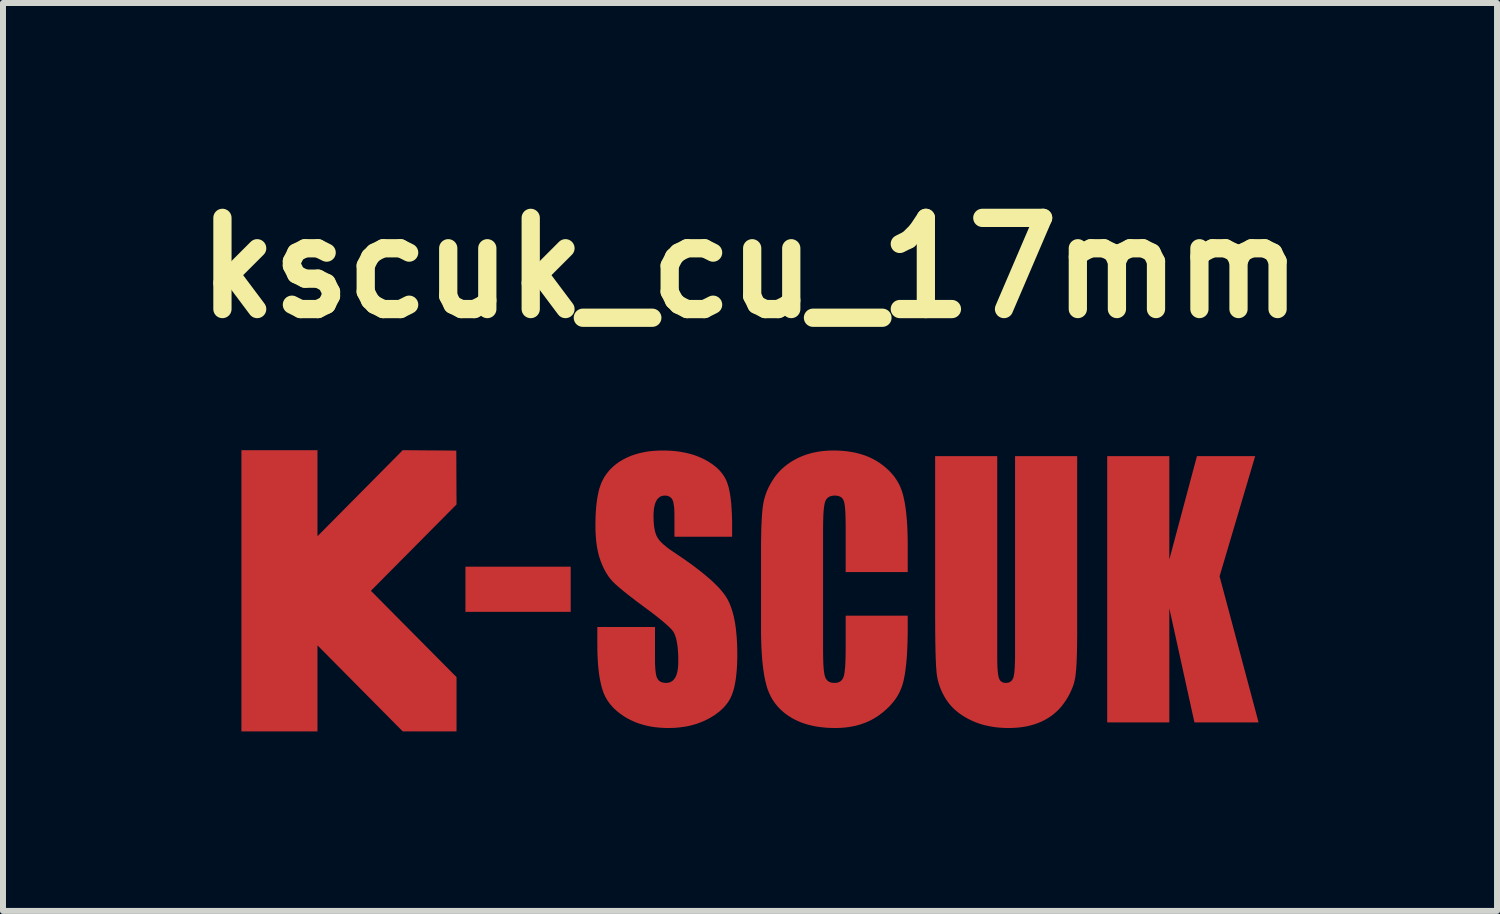
<source format=kicad_pcb>
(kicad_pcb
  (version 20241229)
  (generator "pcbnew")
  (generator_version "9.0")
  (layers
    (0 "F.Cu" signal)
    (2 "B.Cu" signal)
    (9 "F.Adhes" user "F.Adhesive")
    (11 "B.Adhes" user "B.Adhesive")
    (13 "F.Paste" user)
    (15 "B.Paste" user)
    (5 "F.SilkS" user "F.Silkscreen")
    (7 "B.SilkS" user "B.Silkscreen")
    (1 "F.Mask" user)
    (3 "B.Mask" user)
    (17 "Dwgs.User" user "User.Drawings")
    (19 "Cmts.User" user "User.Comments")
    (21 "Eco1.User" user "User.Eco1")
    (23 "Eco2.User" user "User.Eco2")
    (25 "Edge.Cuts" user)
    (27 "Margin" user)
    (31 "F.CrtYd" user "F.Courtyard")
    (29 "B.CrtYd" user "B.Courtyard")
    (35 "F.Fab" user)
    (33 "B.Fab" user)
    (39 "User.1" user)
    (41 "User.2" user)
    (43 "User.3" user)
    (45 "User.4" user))
  (footprint "kscuk_cu_17mm"
    (layer "F.Cu")
    (at 9.485 6.824)
    (property "Reference" "kscuk_cu_17mm" (at 0 -5.398 0) (layer "F.SilkS") (effects (font (size 1.524 1.524) (thickness 0.305))))
    (attr smd)
    (fp_poly (pts (xy -4.756 -0.403) (xy -2.997 -0.403) (xy -2.997 0.352) (xy -4.756 0.352) (xy -4.756 -0.403)) (stroke (width 0) (type solid)) (fill yes) (layer "F.Cu"))
    (fp_poly (pts (xy 7.428 2.2) (xy 7.008 0.292) (xy 7.008 2.2) (xy 5.97 2.2) (xy 5.97 -2.251) (xy 7.008 -2.251) (xy 7.008 -0.522) (xy 7.47 -2.251) (xy 8.443 -2.251) (xy 7.848 -0.242) (xy 8.5 2.2) (xy 7.428 2.2)) (stroke (width 0) (type solid)) (fill yes) (layer "F.Cu"))
    (fp_poly (pts (xy -8.5 -2.35) (xy -8.5 -1.497) (xy -8.5 1.497) (xy -8.5 2.35) (xy -7.229 2.35) (xy -7.229 1.497) (xy -7.229 0.912) (xy -5.804 2.35) (xy -4.905 2.35) (xy -4.905 1.443) (xy -6.336 -0.000043) (xy -4.905 -1.443) (xy -4.909 -2.343) (xy -5.804 -2.35) (xy -7.229 -0.912) (xy -7.229 -1.497) (xy -7.229 -2.35) (xy -8.5 -2.35)) (stroke (width 0) (type solid)) (fill yes) (layer "F.Cu"))
    (fp_poly (pts (xy 5.468 -2.251) (xy 5.468 0.723) (xy 5.468 0.762) (xy 5.467 0.799) (xy 5.467 0.836) (xy 5.467 0.872) (xy 5.466 0.907) (xy 5.466 0.941) (xy 5.465 0.974) (xy 5.465 1.006) (xy 5.464 1.038) (xy 5.463 1.068) (xy 5.462 1.098) (xy 5.461 1.126) (xy 5.46 1.154) (xy 5.459 1.181) (xy 5.458 1.207) (xy 5.456 1.232) (xy 5.455 1.256) (xy 5.453 1.28) (xy 5.452 1.302) (xy 5.45 1.324) (xy 5.448 1.344) (xy 5.446 1.364) (xy 5.444 1.383) (xy 5.442 1.401) (xy 5.44 1.418) (xy 5.438 1.434) (xy 5.434 1.458) (xy 5.429 1.482) (xy 5.424 1.507) (xy 5.418 1.531) (xy 5.411 1.555) (xy 5.403 1.58) (xy 5.394 1.605) (xy 5.384 1.629) (xy 5.374 1.654) (xy 5.363 1.679) (xy 5.351 1.704) (xy 5.339 1.729) (xy 5.325 1.754) (xy 5.311 1.779) (xy 5.296 1.804) (xy 5.28 1.829) (xy 5.263 1.855) (xy 5.247 1.877) (xy 5.231 1.899) (xy 5.215 1.92) (xy 5.198 1.941) (xy 5.18 1.961) (xy 5.162 1.981) (xy 5.143 2) (xy 5.124 2.018) (xy 5.104 2.036) (xy 5.084 2.053) (xy 5.064 2.07) (xy 5.042 2.086) (xy 5.021 2.101) (xy 4.998 2.116) (xy 4.976 2.13) (xy 4.953 2.144) (xy 4.929 2.157) (xy 4.904 2.17) (xy 4.88 2.182) (xy 4.857 2.192) (xy 4.834 2.202) (xy 4.81 2.211) (xy 4.786 2.22) (xy 4.762 2.229) (xy 4.737 2.236) (xy 4.712 2.244) (xy 4.686 2.25) (xy 4.66 2.257) (xy 4.634 2.263) (xy 4.607 2.268) (xy 4.58 2.273) (xy 4.553 2.277) (xy 4.525 2.281) (xy 4.497 2.284) (xy 4.468 2.287) (xy 4.439 2.289) (xy 4.41 2.291) (xy 4.38 2.292) (xy 4.35 2.293) (xy 4.319 2.293) (xy 4.29 2.293) (xy 4.26 2.292) (xy 4.231 2.291) (xy 4.202 2.289) (xy 4.174 2.287) (xy 4.146 2.285) (xy 4.118 2.282) (xy 4.09 2.278) (xy 4.063 2.275) (xy 4.036 2.27) (xy 4.009 2.265) (xy 3.983 2.26) (xy 3.957 2.254) (xy 3.931 2.248) (xy 3.905 2.242) (xy 3.88 2.235) (xy 3.855 2.227) (xy 3.83 2.219) (xy 3.806 2.21) (xy 3.782 2.202) (xy 3.758 2.192) (xy 3.734 2.182) (xy 3.711 2.172) (xy 3.688 2.161) (xy 3.661 2.148) (xy 3.635 2.134) (xy 3.609 2.12) (xy 3.584 2.105) (xy 3.56 2.09) (xy 3.536 2.075) (xy 3.514 2.059) (xy 3.491 2.043) (xy 3.47 2.026) (xy 3.449 2.009) (xy 3.429 1.992) (xy 3.41 1.974) (xy 3.391 1.956) (xy 3.373 1.937) (xy 3.355 1.918) (xy 3.339 1.899) (xy 3.323 1.879) (xy 3.308 1.859) (xy 3.293 1.839) (xy 3.279 1.818) (xy 3.264 1.794) (xy 3.25 1.77) (xy 3.237 1.746) (xy 3.224 1.722) (xy 3.212 1.698) (xy 3.201 1.674) (xy 3.19 1.649) (xy 3.181 1.625) (xy 3.171 1.6) (xy 3.163 1.575) (xy 3.155 1.55) (xy 3.148 1.525) (xy 3.141 1.5) (xy 3.135 1.474) (xy 3.13 1.449) (xy 3.126 1.423) (xy 3.122 1.397) (xy 3.119 1.371) (xy 3.118 1.357) (xy 3.116 1.343) (xy 3.115 1.328) (xy 3.114 1.312) (xy 3.113 1.296) (xy 3.111 1.278) (xy 3.11 1.26) (xy 3.109 1.241) (xy 3.108 1.221) (xy 3.107 1.2) (xy 3.106 1.179) (xy 3.105 1.157) (xy 3.104 1.134) (xy 3.103 1.11) (xy 3.103 1.085) (xy 3.102 1.06) (xy 3.101 1.033) (xy 3.1 1.006) (xy 3.1 0.978) (xy 3.099 0.95) (xy 3.099 0.92) (xy 3.098 0.89) (xy 3.097 0.859) (xy 3.097 0.827) (xy 3.097 0.794) (xy 3.096 0.761) (xy 3.096 0.727) (xy 3.095 0.692) (xy 3.095 0.656) (xy 3.095 0.619) (xy 3.095 0.582) (xy 3.095 0.543) (xy 3.094 0.504) (xy 3.094 0.465) (xy 3.094 0.424) (xy 3.094 0.382) (xy 3.094 -2.251) (xy 4.132 -2.251) (xy 4.132 1.086) (xy 4.132 1.127) (xy 4.132 1.165) (xy 4.133 1.202) (xy 4.134 1.236) (xy 4.135 1.268) (xy 4.137 1.298) (xy 4.139 1.325) (xy 4.141 1.351) (xy 4.143 1.374) (xy 4.146 1.395) (xy 4.149 1.414) (xy 4.153 1.431) (xy 4.156 1.446) (xy 4.16 1.459) (xy 4.171 1.484) (xy 4.185 1.504) (xy 4.203 1.52) (xy 4.224 1.531) (xy 4.248 1.538) (xy 4.275 1.54) (xy 4.301 1.538) (xy 4.325 1.533) (xy 4.346 1.523) (xy 4.364 1.511) (xy 4.38 1.494) (xy 4.392 1.474) (xy 4.402 1.451) (xy 4.405 1.438) (xy 4.408 1.424) (xy 4.411 1.409) (xy 4.414 1.391) (xy 4.417 1.371) (xy 4.419 1.349) (xy 4.421 1.326) (xy 4.423 1.3) (xy 4.425 1.273) (xy 4.426 1.244) (xy 4.427 1.213) (xy 4.428 1.18) (xy 4.429 1.145) (xy 4.43 1.108) (xy 4.43 1.069) (xy 4.43 1.029) (xy 4.43 -2.251) (xy 5.468 -2.251)) (stroke (width 0) (type solid)) (fill yes) (layer "F.Cu"))
    (fp_poly (pts (xy 2.636 -0.313) (xy 1.599 -0.313) (xy 1.599 -1.086) (xy 1.598 -1.128) (xy 1.598 -1.167) (xy 1.597 -1.204) (xy 1.596 -1.239) (xy 1.595 -1.273) (xy 1.594 -1.304) (xy 1.592 -1.333) (xy 1.59 -1.36) (xy 1.588 -1.386) (xy 1.586 -1.409) (xy 1.583 -1.431) (xy 1.58 -1.45) (xy 1.577 -1.467) (xy 1.573 -1.483) (xy 1.569 -1.496) (xy 1.565 -1.507) (xy 1.554 -1.53) (xy 1.54 -1.549) (xy 1.522 -1.564) (xy 1.501 -1.576) (xy 1.477 -1.584) (xy 1.449 -1.59) (xy 1.419 -1.591) (xy 1.388 -1.59) (xy 1.36 -1.585) (xy 1.336 -1.577) (xy 1.314 -1.566) (xy 1.295 -1.551) (xy 1.279 -1.534) (xy 1.266 -1.513) (xy 1.256 -1.489) (xy 1.252 -1.476) (xy 1.248 -1.46) (xy 1.244 -1.443) (xy 1.241 -1.424) (xy 1.238 -1.403) (xy 1.235 -1.38) (xy 1.232 -1.355) (xy 1.23 -1.329) (xy 1.228 -1.3) (xy 1.226 -1.27) (xy 1.225 -1.238) (xy 1.224 -1.204) (xy 1.223 -1.168) (xy 1.222 -1.131) (xy 1.222 -1.091) (xy 1.221 -1.05) (xy 1.221 1.018) (xy 1.222 1.057) (xy 1.222 1.095) (xy 1.223 1.131) (xy 1.224 1.166) (xy 1.225 1.198) (xy 1.226 1.229) (xy 1.228 1.258) (xy 1.23 1.286) (xy 1.232 1.311) (xy 1.235 1.335) (xy 1.238 1.357) (xy 1.241 1.377) (xy 1.244 1.396) (xy 1.248 1.413) (xy 1.252 1.428) (xy 1.256 1.441) (xy 1.266 1.464) (xy 1.279 1.484) (xy 1.294 1.501) (xy 1.312 1.515) (xy 1.333 1.526) (xy 1.356 1.534) (xy 1.382 1.538) (xy 1.411 1.54) (xy 1.439 1.538) (xy 1.464 1.534) (xy 1.487 1.526) (xy 1.507 1.515) (xy 1.525 1.501) (xy 1.54 1.484) (xy 1.553 1.464) (xy 1.563 1.441) (xy 1.567 1.428) (xy 1.571 1.414) (xy 1.574 1.397) (xy 1.578 1.379) (xy 1.581 1.359) (xy 1.583 1.337) (xy 1.586 1.314) (xy 1.588 1.288) (xy 1.591 1.261) (xy 1.592 1.232) (xy 1.594 1.2) (xy 1.595 1.167) (xy 1.597 1.133) (xy 1.597 1.096) (xy 1.598 1.058) (xy 1.598 1.017) (xy 1.599 0.975) (xy 1.599 0.416) (xy 2.636 0.416) (xy 2.636 0.589) (xy 2.636 0.627) (xy 2.636 0.664) (xy 2.636 0.701) (xy 2.635 0.738) (xy 2.634 0.773) (xy 2.634 0.808) (xy 2.633 0.842) (xy 2.632 0.876) (xy 2.631 0.909) (xy 2.629 0.942) (xy 2.628 0.974) (xy 2.626 1.005) (xy 2.625 1.036) (xy 2.623 1.066) (xy 2.621 1.095) (xy 2.619 1.124) (xy 2.617 1.152) (xy 2.614 1.18) (xy 2.612 1.206) (xy 2.609 1.233) (xy 2.606 1.258) (xy 2.603 1.283) (xy 2.6 1.308) (xy 2.597 1.332) (xy 2.594 1.355) (xy 2.59 1.378) (xy 2.587 1.399) (xy 2.583 1.421) (xy 2.579 1.442) (xy 2.575 1.462) (xy 2.571 1.481) (xy 2.567 1.5) (xy 2.563 1.518) (xy 2.558 1.536) (xy 2.553 1.553) (xy 2.549 1.569) (xy 2.541 1.593) (xy 2.532 1.617) (xy 2.523 1.64) (xy 2.513 1.663) (xy 2.503 1.686) (xy 2.492 1.709) (xy 2.479 1.732) (xy 2.467 1.754) (xy 2.453 1.776) (xy 2.439 1.798) (xy 2.424 1.819) (xy 2.408 1.84) (xy 2.392 1.861) (xy 2.374 1.882) (xy 2.356 1.902) (xy 2.338 1.923) (xy 2.318 1.943) (xy 2.298 1.962) (xy 2.277 1.982) (xy 2.256 2.001) (xy 2.233 2.02) (xy 2.21 2.039) (xy 2.186 2.057) (xy 2.162 2.076) (xy 2.141 2.09) (xy 2.12 2.105) (xy 2.098 2.118) (xy 2.076 2.131) (xy 2.054 2.144) (xy 2.032 2.156) (xy 2.009 2.168) (xy 1.986 2.179) (xy 1.962 2.19) (xy 1.939 2.2) (xy 1.914 2.209) (xy 1.89 2.218) (xy 1.865 2.227) (xy 1.84 2.235) (xy 1.815 2.242) (xy 1.789 2.249) (xy 1.763 2.256) (xy 1.736 2.262) (xy 1.709 2.267) (xy 1.682 2.272) (xy 1.655 2.277) (xy 1.627 2.28) (xy 1.599 2.284) (xy 1.571 2.287) (xy 1.542 2.289) (xy 1.513 2.291) (xy 1.483 2.292) (xy 1.454 2.293) (xy 1.423 2.293) (xy 1.392 2.293) (xy 1.361 2.292) (xy 1.331 2.291) (xy 1.301 2.29) (xy 1.271 2.288) (xy 1.242 2.285) (xy 1.213 2.282) (xy 1.184 2.279) (xy 1.156 2.275) (xy 1.128 2.271) (xy 1.101 2.267) (xy 1.074 2.262) (xy 1.047 2.256) (xy 1.021 2.25) (xy 0.995 2.244) (xy 0.969 2.237) (xy 0.944 2.23) (xy 0.919 2.222) (xy 0.895 2.214) (xy 0.871 2.206) (xy 0.847 2.197) (xy 0.824 2.187) (xy 0.801 2.177) (xy 0.779 2.167) (xy 0.756 2.156) (xy 0.735 2.145) (xy 0.713 2.134) (xy 0.692 2.121) (xy 0.672 2.109) (xy 0.648 2.093) (xy 0.624 2.077) (xy 0.601 2.061) (xy 0.579 2.044) (xy 0.557 2.026) (xy 0.536 2.008) (xy 0.516 1.989) (xy 0.497 1.97) (xy 0.478 1.951) (xy 0.46 1.931) (xy 0.443 1.91) (xy 0.426 1.889) (xy 0.41 1.868) (xy 0.395 1.846) (xy 0.38 1.823) (xy 0.366 1.8) (xy 0.353 1.777) (xy 0.341 1.753) (xy 0.329 1.729) (xy 0.318 1.704) (xy 0.307 1.678) (xy 0.297 1.652) (xy 0.288 1.626) (xy 0.28 1.599) (xy 0.275 1.581) (xy 0.27 1.562) (xy 0.265 1.542) (xy 0.26 1.523) (xy 0.255 1.502) (xy 0.251 1.481) (xy 0.246 1.46) (xy 0.242 1.438) (xy 0.238 1.416) (xy 0.234 1.393) (xy 0.23 1.369) (xy 0.227 1.345) (xy 0.223 1.321) (xy 0.22 1.296) (xy 0.217 1.271) (xy 0.214 1.245) (xy 0.211 1.218) (xy 0.208 1.191) (xy 0.205 1.164) (xy 0.203 1.136) (xy 0.201 1.107) (xy 0.199 1.078) (xy 0.197 1.049) (xy 0.195 1.019) (xy 0.193 0.988) (xy 0.191 0.957) (xy 0.19 0.926) (xy 0.189 0.894) (xy 0.188 0.861) (xy 0.187 0.828) (xy 0.186 0.794) (xy 0.185 0.76) (xy 0.185 0.726) (xy 0.184 0.691) (xy 0.184 0.655) (xy 0.184 0.619) (xy 0.184 -0.681) (xy 0.184 -0.718) (xy 0.184 -0.754) (xy 0.184 -0.789) (xy 0.185 -0.824) (xy 0.185 -0.857) (xy 0.186 -0.89) (xy 0.186 -0.923) (xy 0.187 -0.955) (xy 0.188 -0.985) (xy 0.188 -1.016) (xy 0.189 -1.045) (xy 0.19 -1.074) (xy 0.191 -1.102) (xy 0.193 -1.13) (xy 0.194 -1.156) (xy 0.195 -1.182) (xy 0.197 -1.208) (xy 0.198 -1.232) (xy 0.2 -1.256) (xy 0.201 -1.279) (xy 0.203 -1.301) (xy 0.205 -1.323) (xy 0.207 -1.344) (xy 0.209 -1.364) (xy 0.211 -1.384) (xy 0.214 -1.403) (xy 0.217 -1.43) (xy 0.222 -1.456) (xy 0.227 -1.483) (xy 0.232 -1.509) (xy 0.239 -1.535) (xy 0.246 -1.561) (xy 0.254 -1.587) (xy 0.263 -1.613) (xy 0.272 -1.639) (xy 0.282 -1.665) (xy 0.293 -1.69) (xy 0.305 -1.716) (xy 0.317 -1.741) (xy 0.33 -1.766) (xy 0.344 -1.791) (xy 0.359 -1.816) (xy 0.374 -1.841) (xy 0.39 -1.866) (xy 0.405 -1.888) (xy 0.42 -1.91) (xy 0.436 -1.931) (xy 0.453 -1.951) (xy 0.47 -1.971) (xy 0.488 -1.991) (xy 0.506 -2.01) (xy 0.525 -2.029) (xy 0.545 -2.047) (xy 0.565 -2.065) (xy 0.585 -2.082) (xy 0.606 -2.099) (xy 0.628 -2.115) (xy 0.651 -2.131) (xy 0.673 -2.147) (xy 0.697 -2.162) (xy 0.721 -2.176) (xy 0.745 -2.19) (xy 0.771 -2.204) (xy 0.796 -2.217) (xy 0.819 -2.227) (xy 0.842 -2.238) (xy 0.866 -2.248) (xy 0.889 -2.257) (xy 0.913 -2.266) (xy 0.937 -2.275) (xy 0.962 -2.283) (xy 0.987 -2.29) (xy 1.012 -2.297) (xy 1.037 -2.304) (xy 1.063 -2.31) (xy 1.089 -2.315) (xy 1.115 -2.32) (xy 1.142 -2.325) (xy 1.168 -2.329) (xy 1.196 -2.333) (xy 1.223 -2.336) (xy 1.251 -2.338) (xy 1.279 -2.341) (xy 1.307 -2.342) (xy 1.336 -2.344) (xy 1.365 -2.344) (xy 1.394 -2.345) (xy 1.425 -2.344) (xy 1.456 -2.344) (xy 1.487 -2.342) (xy 1.517 -2.341) (xy 1.547 -2.339) (xy 1.577 -2.336) (xy 1.606 -2.333) (xy 1.635 -2.329) (xy 1.663 -2.325) (xy 1.691 -2.321) (xy 1.719 -2.316) (xy 1.746 -2.311) (xy 1.773 -2.305) (xy 1.799 -2.298) (xy 1.825 -2.292) (xy 1.851 -2.284) (xy 1.876 -2.277) (xy 1.901 -2.268) (xy 1.926 -2.26) (xy 1.95 -2.25) (xy 1.974 -2.241) (xy 1.997 -2.231) (xy 2.02 -2.22) (xy 2.043 -2.209) (xy 2.065 -2.198) (xy 2.087 -2.186) (xy 2.109 -2.173) (xy 2.13 -2.16) (xy 2.151 -2.147) (xy 2.175 -2.13) (xy 2.199 -2.113) (xy 2.222 -2.096) (xy 2.244 -2.078) (xy 2.266 -2.06) (xy 2.287 -2.042) (xy 2.307 -2.023) (xy 2.327 -2.004) (xy 2.345 -1.985) (xy 2.364 -1.965) (xy 2.381 -1.945) (xy 2.398 -1.925) (xy 2.414 -1.904) (xy 2.429 -1.883) (xy 2.443 -1.862) (xy 2.457 -1.84) (xy 2.47 -1.818) (xy 2.483 -1.795) (xy 2.495 -1.773) (xy 2.506 -1.75) (xy 2.516 -1.726) (xy 2.525 -1.703) (xy 2.534 -1.678) (xy 2.542 -1.654) (xy 2.548 -1.636) (xy 2.553 -1.617) (xy 2.559 -1.598) (xy 2.564 -1.578) (xy 2.569 -1.557) (xy 2.573 -1.536) (xy 2.578 -1.514) (xy 2.582 -1.492) (xy 2.587 -1.469) (xy 2.591 -1.445) (xy 2.594 -1.421) (xy 2.598 -1.396) (xy 2.602 -1.371) (xy 2.605 -1.345) (xy 2.608 -1.318) (xy 2.611 -1.291) (xy 2.614 -1.263) (xy 2.617 -1.234) (xy 2.619 -1.205) (xy 2.622 -1.176) (xy 2.624 -1.146) (xy 2.626 -1.115) (xy 2.628 -1.083) (xy 2.629 -1.051) (xy 2.631 -1.019) (xy 2.632 -0.985) (xy 2.633 -0.951) (xy 2.634 -0.917) (xy 2.635 -0.882) (xy 2.635 -0.846) (xy 2.636 -0.81) (xy 2.636 -0.773) (xy 2.636 -0.736) (xy 2.636 -0.313) (xy 2.636 -0.313)) (stroke (width 0) (type solid)) (fill yes) (layer "F.Cu"))
    (fp_poly (pts (xy -0.299 -0.904) (xy -1.263 -0.904) (xy -1.263 -1.234) (xy -1.263 -1.275) (xy -1.264 -1.312) (xy -1.265 -1.347) (xy -1.267 -1.38) (xy -1.27 -1.409) (xy -1.274 -1.436) (xy -1.278 -1.46) (xy -1.282 -1.481) (xy -1.287 -1.499) (xy -1.293 -1.515) (xy -1.3 -1.528) (xy -1.313 -1.547) (xy -1.33 -1.563) (xy -1.349 -1.575) (xy -1.371 -1.584) (xy -1.395 -1.59) (xy -1.423 -1.591) (xy -1.449 -1.59) (xy -1.473 -1.584) (xy -1.495 -1.576) (xy -1.515 -1.563) (xy -1.533 -1.548) (xy -1.55 -1.529) (xy -1.564 -1.506) (xy -1.574 -1.488) (xy -1.582 -1.468) (xy -1.589 -1.447) (xy -1.595 -1.424) (xy -1.601 -1.399) (xy -1.605 -1.372) (xy -1.608 -1.343) (xy -1.611 -1.313) (xy -1.612 -1.281) (xy -1.613 -1.247) (xy -1.612 -1.214) (xy -1.611 -1.181) (xy -1.61 -1.15) (xy -1.607 -1.121) (xy -1.605 -1.092) (xy -1.601 -1.065) (xy -1.597 -1.039) (xy -1.592 -1.015) (xy -1.587 -0.992) (xy -1.581 -0.97) (xy -1.574 -0.949) (xy -1.567 -0.93) (xy -1.559 -0.912) (xy -1.551 -0.897) (xy -1.541 -0.881) (xy -1.53 -0.865) (xy -1.518 -0.848) (xy -1.503 -0.831) (xy -1.487 -0.814) (xy -1.469 -0.796) (xy -1.45 -0.778) (xy -1.428 -0.76) (xy -1.405 -0.741) (xy -1.381 -0.721) (xy -1.354 -0.701) (xy -1.326 -0.681) (xy -1.297 -0.661) (xy -1.265 -0.64) (xy -1.233 -0.618) (xy -1.201 -0.596) (xy -1.169 -0.575) (xy -1.138 -0.554) (xy -1.108 -0.533) (xy -1.078 -0.512) (xy -1.049 -0.491) (xy -1.02 -0.471) (xy -0.992 -0.451) (xy -0.965 -0.431) (xy -0.938 -0.411) (xy -0.911 -0.391) (xy -0.886 -0.371) (xy -0.861 -0.352) (xy -0.836 -0.333) (xy -0.812 -0.314) (xy -0.789 -0.295) (xy -0.766 -0.277) (xy -0.744 -0.258) (xy -0.722 -0.24) (xy -0.701 -0.222) (xy -0.68 -0.204) (xy -0.66 -0.187) (xy -0.641 -0.169) (xy -0.622 -0.152) (xy -0.604 -0.135) (xy -0.587 -0.118) (xy -0.57 -0.101) (xy -0.553 -0.085) (xy -0.537 -0.068) (xy -0.522 -0.052) (xy -0.507 -0.036) (xy -0.493 -0.02) (xy -0.48 -0.005) (xy -0.467 0.011) (xy -0.455 0.026) (xy -0.443 0.041) (xy -0.432 0.056) (xy -0.421 0.07) (xy -0.411 0.085) (xy -0.402 0.099) (xy -0.393 0.113) (xy -0.383 0.13) (xy -0.373 0.147) (xy -0.364 0.165) (xy -0.355 0.183) (xy -0.346 0.202) (xy -0.338 0.221) (xy -0.33 0.241) (xy -0.322 0.262) (xy -0.314 0.283) (xy -0.307 0.304) (xy -0.3 0.327) (xy -0.293 0.349) (xy -0.286 0.373) (xy -0.28 0.396) (xy -0.274 0.421) (xy -0.268 0.446) (xy -0.263 0.471) (xy -0.258 0.497) (xy -0.253 0.524) (xy -0.248 0.551) (xy -0.244 0.579) (xy -0.24 0.607) (xy -0.236 0.636) (xy -0.233 0.665) (xy -0.23 0.695) (xy -0.227 0.726) (xy -0.224 0.757) (xy -0.222 0.789) (xy -0.22 0.821) (xy -0.218 0.853) (xy -0.216 0.887) (xy -0.215 0.921) (xy -0.214 0.955) (xy -0.213 0.99) (xy -0.213 1.025) (xy -0.213 1.062) (xy -0.213 1.098) (xy -0.213 1.133) (xy -0.214 1.168) (xy -0.215 1.202) (xy -0.216 1.235) (xy -0.218 1.268) (xy -0.22 1.3) (xy -0.222 1.331) (xy -0.225 1.361) (xy -0.228 1.39) (xy -0.231 1.419) (xy -0.234 1.447) (xy -0.238 1.475) (xy -0.242 1.501) (xy -0.246 1.527) (xy -0.251 1.552) (xy -0.255 1.577) (xy -0.261 1.6) (xy -0.266 1.623) (xy -0.272 1.645) (xy -0.278 1.667) (xy -0.284 1.687) (xy -0.291 1.707) (xy -0.298 1.726) (xy -0.305 1.745) (xy -0.313 1.762) (xy -0.323 1.785) (xy -0.334 1.807) (xy -0.347 1.829) (xy -0.36 1.85) (xy -0.374 1.871) (xy -0.389 1.891) (xy -0.405 1.911) (xy -0.422 1.931) (xy -0.44 1.951) (xy -0.459 1.97) (xy -0.479 1.988) (xy -0.499 2.007) (xy -0.521 2.025) (xy -0.544 2.042) (xy -0.567 2.06) (xy -0.591 2.077) (xy -0.617 2.093) (xy -0.643 2.109) (xy -0.67 2.125) (xy -0.698 2.141) (xy -0.721 2.152) (xy -0.745 2.164) (xy -0.768 2.175) (xy -0.792 2.185) (xy -0.816 2.195) (xy -0.841 2.205) (xy -0.866 2.214) (xy -0.891 2.223) (xy -0.916 2.231) (xy -0.942 2.238) (xy -0.968 2.245) (xy -0.994 2.252) (xy -1.021 2.258) (xy -1.048 2.264) (xy -1.075 2.269) (xy -1.103 2.273) (xy -1.13 2.277) (xy -1.158 2.281) (xy -1.187 2.284) (xy -1.216 2.287) (xy -1.245 2.289) (xy -1.274 2.291) (xy -1.304 2.292) (xy -1.333 2.293) (xy -1.364 2.293) (xy -1.394 2.293) (xy -1.425 2.292) (xy -1.455 2.291) (xy -1.484 2.289) (xy -1.514 2.287) (xy -1.543 2.284) (xy -1.571 2.281) (xy -1.6 2.278) (xy -1.628 2.274) (xy -1.655 2.269) (xy -1.683 2.264) (xy -1.71 2.258) (xy -1.736 2.252) (xy -1.763 2.246) (xy -1.789 2.239) (xy -1.814 2.231) (xy -1.84 2.223) (xy -1.865 2.215) (xy -1.889 2.206) (xy -1.914 2.197) (xy -1.938 2.187) (xy -1.961 2.176) (xy -1.985 2.165) (xy -2.008 2.154) (xy -2.03 2.142) (xy -2.053 2.13) (xy -2.075 2.117) (xy -2.101 2.101) (xy -2.127 2.084) (xy -2.151 2.067) (xy -2.175 2.05) (xy -2.198 2.032) (xy -2.22 2.014) (xy -2.241 1.995) (xy -2.262 1.977) (xy -2.282 1.957) (xy -2.3 1.937) (xy -2.318 1.917) (xy -2.335 1.897) (xy -2.352 1.876) (xy -2.367 1.854) (xy -2.382 1.833) (xy -2.396 1.81) (xy -2.408 1.788) (xy -2.421 1.765) (xy -2.432 1.741) (xy -2.442 1.718) (xy -2.452 1.694) (xy -2.46 1.669) (xy -2.467 1.649) (xy -2.473 1.629) (xy -2.479 1.608) (xy -2.485 1.587) (xy -2.49 1.565) (xy -2.495 1.542) (xy -2.5 1.519) (xy -2.505 1.495) (xy -2.51 1.471) (xy -2.514 1.446) (xy -2.518 1.42) (xy -2.522 1.394) (xy -2.525 1.367) (xy -2.529 1.34) (xy -2.532 1.312) (xy -2.535 1.284) (xy -2.538 1.254) (xy -2.54 1.225) (xy -2.542 1.195) (xy -2.544 1.164) (xy -2.546 1.132) (xy -2.547 1.101) (xy -2.549 1.068) (xy -2.55 1.035) (xy -2.551 1.001) (xy -2.551 0.967) (xy -2.551 0.932) (xy -2.552 0.897) (xy -2.552 0.605) (xy -1.588 0.605) (xy -1.588 1.147) (xy -1.588 1.187) (xy -1.587 1.225) (xy -1.585 1.261) (xy -1.583 1.294) (xy -1.581 1.324) (xy -1.578 1.352) (xy -1.574 1.378) (xy -1.57 1.401) (xy -1.565 1.422) (xy -1.56 1.44) (xy -1.554 1.455) (xy -1.547 1.468) (xy -1.534 1.487) (xy -1.519 1.503) (xy -1.501 1.517) (xy -1.48 1.527) (xy -1.457 1.534) (xy -1.431 1.538) (xy -1.403 1.54) (xy -1.378 1.538) (xy -1.355 1.534) (xy -1.333 1.527) (xy -1.313 1.517) (xy -1.294 1.504) (xy -1.278 1.489) (xy -1.263 1.47) (xy -1.249 1.449) (xy -1.239 1.43) (xy -1.231 1.409) (xy -1.223 1.387) (xy -1.217 1.362) (xy -1.211 1.336) (xy -1.207 1.309) (xy -1.203 1.279) (xy -1.201 1.248) (xy -1.199 1.215) (xy -1.199 1.18) (xy -1.199 1.141) (xy -1.199 1.104) (xy -1.201 1.068) (xy -1.202 1.034) (xy -1.205 1) (xy -1.207 0.969) (xy -1.21 0.938) (xy -1.214 0.909) (xy -1.218 0.881) (xy -1.223 0.855) (xy -1.228 0.83) (xy -1.233 0.806) (xy -1.239 0.784) (xy -1.246 0.763) (xy -1.253 0.743) (xy -1.26 0.725) (xy -1.268 0.708) (xy -1.276 0.693) (xy -1.285 0.678) (xy -1.295 0.666) (xy -1.304 0.655) (xy -1.314 0.643) (xy -1.325 0.631) (xy -1.338 0.619) (xy -1.351 0.605) (xy -1.366 0.592) (xy -1.381 0.577) (xy -1.398 0.562) (xy -1.416 0.546) (xy -1.435 0.53) (xy -1.455 0.513) (xy -1.476 0.495) (xy -1.498 0.477) (xy -1.522 0.458) (xy -1.546 0.439) (xy -1.571 0.419) (xy -1.598 0.398) (xy -1.626 0.377) (xy -1.654 0.355) (xy -1.684 0.333) (xy -1.715 0.31) (xy -1.747 0.286) (xy -1.78 0.262) (xy -1.812 0.238) (xy -1.843 0.215) (xy -1.873 0.193) (xy -1.902 0.171) (xy -1.93 0.149) (xy -1.957 0.128) (xy -1.984 0.108) (xy -2.009 0.088) (xy -2.034 0.069) (xy -2.057 0.051) (xy -2.08 0.032) (xy -2.102 0.015) (xy -2.123 -0.002) (xy -2.143 -0.019) (xy -2.162 -0.035) (xy -2.18 -0.05) (xy -2.197 -0.065) (xy -2.214 -0.079) (xy -2.229 -0.093) (xy -2.244 -0.106) (xy -2.257 -0.119) (xy -2.27 -0.131) (xy -2.282 -0.142) (xy -2.293 -0.153) (xy -2.309 -0.171) (xy -2.326 -0.19) (xy -2.341 -0.209) (xy -2.357 -0.229) (xy -2.372 -0.251) (xy -2.386 -0.273) (xy -2.401 -0.296) (xy -2.415 -0.319) (xy -2.428 -0.344) (xy -2.441 -0.37) (xy -2.454 -0.396) (xy -2.466 -0.424) (xy -2.478 -0.452) (xy -2.49 -0.481) (xy -2.501 -0.511) (xy -2.508 -0.532) (xy -2.515 -0.553) (xy -2.522 -0.575) (xy -2.528 -0.598) (xy -2.534 -0.621) (xy -2.54 -0.645) (xy -2.545 -0.669) (xy -2.55 -0.694) (xy -2.555 -0.719) (xy -2.559 -0.744) (xy -2.563 -0.771) (xy -2.566 -0.797) (xy -2.57 -0.825) (xy -2.573 -0.852) (xy -2.575 -0.881) (xy -2.577 -0.91) (xy -2.579 -0.939) (xy -2.581 -0.969) (xy -2.582 -0.999) (xy -2.583 -1.03) (xy -2.583 -1.062) (xy -2.584 -1.094) (xy -2.583 -1.13) (xy -2.583 -1.165) (xy -2.582 -1.2) (xy -2.581 -1.234) (xy -2.58 -1.267) (xy -2.578 -1.3) (xy -2.576 -1.332) (xy -2.574 -1.363) (xy -2.571 -1.394) (xy -2.569 -1.424) (xy -2.565 -1.453) (xy -2.562 -1.481) (xy -2.558 -1.509) (xy -2.554 -1.536) (xy -2.55 -1.563) (xy -2.545 -1.588) (xy -2.54 -1.613) (xy -2.535 -1.637) (xy -2.53 -1.661) (xy -2.524 -1.684) (xy -2.518 -1.706) (xy -2.511 -1.727) (xy -2.505 -1.748) (xy -2.497 -1.768) (xy -2.49 -1.788) (xy -2.483 -1.806) (xy -2.475 -1.824) (xy -2.466 -1.841) (xy -2.454 -1.865) (xy -2.442 -1.888) (xy -2.428 -1.91) (xy -2.414 -1.932) (xy -2.399 -1.953) (xy -2.383 -1.974) (xy -2.367 -1.994) (xy -2.35 -2.014) (xy -2.332 -2.033) (xy -2.313 -2.052) (xy -2.294 -2.07) (xy -2.274 -2.088) (xy -2.253 -2.105) (xy -2.232 -2.122) (xy -2.21 -2.138) (xy -2.187 -2.154) (xy -2.163 -2.169) (xy -2.139 -2.183) (xy -2.114 -2.198) (xy -2.088 -2.211) (xy -2.066 -2.222) (xy -2.044 -2.232) (xy -2.021 -2.242) (xy -1.998 -2.252) (xy -1.975 -2.261) (xy -1.951 -2.269) (xy -1.927 -2.278) (xy -1.902 -2.285) (xy -1.877 -2.292) (xy -1.852 -2.299) (xy -1.826 -2.305) (xy -1.8 -2.311) (xy -1.773 -2.316) (xy -1.746 -2.321) (xy -1.719 -2.326) (xy -1.692 -2.33) (xy -1.664 -2.333) (xy -1.635 -2.336) (xy -1.607 -2.339) (xy -1.577 -2.341) (xy -1.548 -2.342) (xy -1.518 -2.344) (xy -1.488 -2.344) (xy -1.457 -2.344) (xy -1.426 -2.344) (xy -1.396 -2.344) (xy -1.366 -2.342) (xy -1.336 -2.341) (xy -1.306 -2.339) (xy -1.277 -2.337) (xy -1.248 -2.334) (xy -1.22 -2.331) (xy -1.192 -2.327) (xy -1.164 -2.323) (xy -1.137 -2.318) (xy -1.11 -2.313) (xy -1.083 -2.308) (xy -1.057 -2.302) (xy -1.031 -2.296) (xy -1.005 -2.289) (xy -0.98 -2.282) (xy -0.955 -2.275) (xy -0.93 -2.267) (xy -0.906 -2.258) (xy -0.882 -2.249) (xy -0.859 -2.24) (xy -0.836 -2.23) (xy -0.813 -2.22) (xy -0.791 -2.21) (xy -0.768 -2.199) (xy -0.74 -2.184) (xy -0.713 -2.169) (xy -0.687 -2.153) (xy -0.662 -2.137) (xy -0.638 -2.121) (xy -0.615 -2.105) (xy -0.593 -2.088) (xy -0.571 -2.07) (xy -0.551 -2.052) (xy -0.532 -2.034) (xy -0.513 -2.016) (xy -0.496 -1.997) (xy -0.48 -1.977) (xy -0.464 -1.958) (xy -0.45 -1.938) (xy -0.436 -1.917) (xy -0.423 -1.896) (xy -0.412 -1.875) (xy -0.401 -1.854) (xy -0.391 -1.832) (xy -0.385 -1.816) (xy -0.379 -1.799) (xy -0.373 -1.781) (xy -0.367 -1.762) (xy -0.361 -1.743) (xy -0.356 -1.723) (xy -0.351 -1.702) (xy -0.346 -1.68) (xy -0.342 -1.658) (xy -0.337 -1.634) (xy -0.333 -1.61) (xy -0.329 -1.585) (xy -0.325 -1.56) (xy -0.322 -1.533) (xy -0.319 -1.506) (xy -0.316 -1.478) (xy -0.313 -1.449) (xy -0.311 -1.419) (xy -0.309 -1.389) (xy -0.307 -1.358) (xy -0.305 -1.326) (xy -0.303 -1.293) (xy -0.302 -1.259) (xy -0.301 -1.225) (xy -0.3 -1.19) (xy -0.299 -1.154) (xy -0.299 -1.117) (xy -0.299 -1.08) (xy -0.299 -0.904) (xy -0.299 -0.904)) (stroke (width 0) (type solid)) (fill yes) (layer "F.Cu")))
  (gr_rect
    (start -3 -3)
    (end 21.97 12.175)
    (stroke (width 0.1) (type default))
    (fill no)
    (layer "Edge.Cuts")))
</source>
